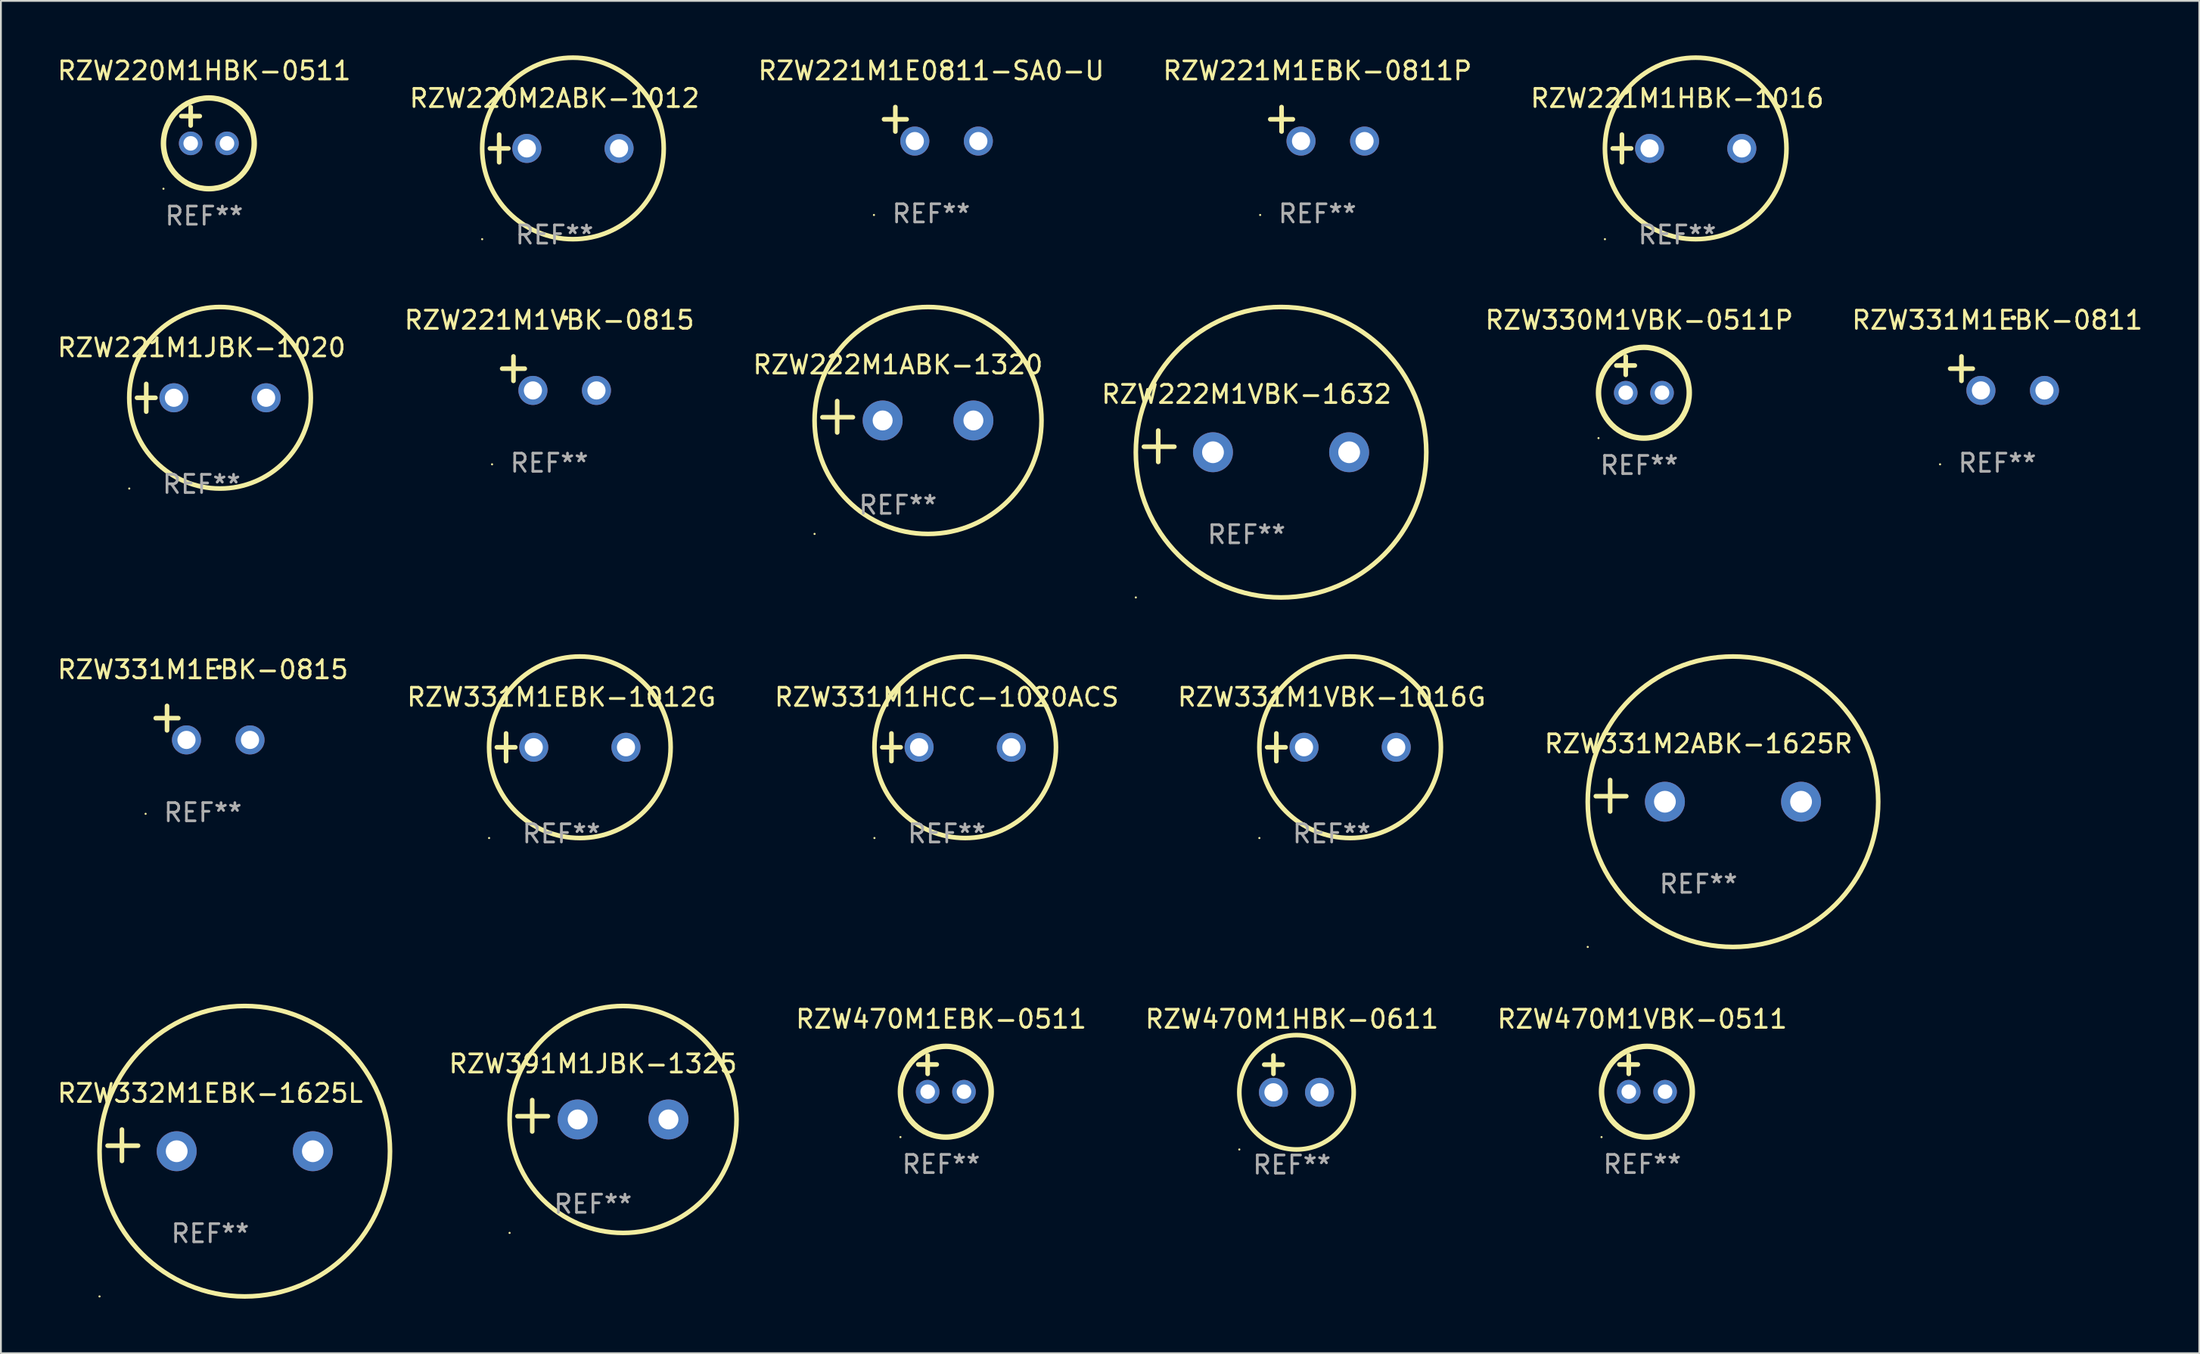
<source format=kicad_pcb>
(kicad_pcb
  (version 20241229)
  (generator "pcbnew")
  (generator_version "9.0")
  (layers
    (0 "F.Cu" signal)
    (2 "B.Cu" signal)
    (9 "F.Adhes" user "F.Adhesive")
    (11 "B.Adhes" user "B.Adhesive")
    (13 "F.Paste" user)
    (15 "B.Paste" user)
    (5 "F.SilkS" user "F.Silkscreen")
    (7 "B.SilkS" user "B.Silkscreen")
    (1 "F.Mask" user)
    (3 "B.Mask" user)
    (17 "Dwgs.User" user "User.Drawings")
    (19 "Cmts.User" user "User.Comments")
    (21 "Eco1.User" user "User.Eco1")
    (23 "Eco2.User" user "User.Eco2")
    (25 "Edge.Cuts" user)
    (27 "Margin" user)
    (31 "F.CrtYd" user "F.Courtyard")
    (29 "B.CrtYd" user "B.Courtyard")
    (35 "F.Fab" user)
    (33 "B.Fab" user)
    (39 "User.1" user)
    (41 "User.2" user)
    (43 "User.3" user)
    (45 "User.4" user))
  (footprint "RZW221M1EBK-0811P"
    (layer "F.Cu")
    (at 69.518 3.785)
    (property "Reference" "RZW221M1EBK-0811P" (at 0 -2.937 0) (layer "F.SilkS") (effects (font (size 1 1) (thickness 0.15))))
    (attr through_hole)
    (fp_line (start -1.975 0.41) (end -1.975 -0.937) (stroke (width 0.254) (type solid)) (layer "F.SilkS"))
    (fp_line (start -1.353 -0.263) (end -2.597 -0.263) (stroke (width 0.254) (type solid)) (layer "F.SilkS"))
    (fp_arc (start 0.849809 -3.063957) (mid 0.885369 -3.064114) (end 0.920929 -3.063957) (stroke (width 0.254001) (type solid)) (layer "F.SilkS"))
    (fp_circle (center -3.154 5.008) (end -3.124 5.008) (stroke (width 0.06) (type solid)) (fill no) (layer "F.SilkS"))
    (fp_text user "REF**" (at 0 4.937 0) (layer "F.Fab") (effects (font (size 1 1) (thickness 0.15))))
    (pad "1" thru_hole circle (at -0.903 0.937) (size 1.6 1.6) (drill 1) (layers "*.Cu" "*.Mask"))
    (pad "2" thru_hole circle (at 2.597 0.937) (size 1.6 1.6) (drill 1) (layers "*.Cu" "*.Mask")))
  (footprint "RZW331M1VBK-1016G"
    (layer "F.Cu")
    (at 70.304 38.118)
    (property "Reference" "RZW331M1VBK-1016G" (at 0 -2.762 0) (layer "F.SilkS") (effects (font (size 1 1) (thickness 0.15))))
    (attr through_hole)
    (fp_line (start -3.556 0) (end -2.54 0) (stroke (width 0.254) (type solid)) (layer "F.SilkS"))
    (fp_line (start -3.048 -0.762) (end -3.048 0.762) (stroke (width 0.254) (type solid)) (layer "F.SilkS"))
    (fp_circle (center -3.984 5) (end -3.954 5) (stroke (width 0.06) (type solid)) (fill no) (layer "F.SilkS"))
    (fp_circle (center 1.016 0) (end 6.016 0) (stroke (width 0.254) (type solid)) (fill no) (layer "F.SilkS"))
    (fp_text user "REF**" (at 0 4.762 0) (layer "F.Fab") (effects (font (size 1 1) (thickness 0.15))))
    (pad "1" thru_hole circle (at -1.524 0) (size 1.6 1.6) (drill 1) (layers "*.Cu" "*.Mask"))
    (pad "2" thru_hole circle (at 3.556 0) (size 1.6 1.6) (drill 1) (layers "*.Cu" "*.Mask")))
  (footprint "RZW221M1VBK-0815"
    (layer "F.Cu")
    (at 27.208 17.522)
    (property "Reference" "RZW221M1VBK-0815" (at 0 -2.937 0) (layer "F.SilkS") (effects (font (size 1 1) (thickness 0.15))))
    (attr through_hole)
    (fp_line (start -1.975 0.41) (end -1.975 -0.937) (stroke (width 0.254) (type solid)) (layer "F.SilkS"))
    (fp_line (start -1.353 -0.263) (end -2.597 -0.263) (stroke (width 0.254) (type solid)) (layer "F.SilkS"))
    (fp_arc (start 0.849809 -3.063957) (mid 0.885369 -3.064114) (end 0.920929 -3.063957) (stroke (width 0.254001) (type solid)) (layer "F.SilkS"))
    (fp_circle (center -3.154 5.008) (end -3.124 5.008) (stroke (width 0.06) (type solid)) (fill no) (layer "F.SilkS"))
    (fp_text user "REF**" (at 0 4.937 0) (layer "F.Fab") (effects (font (size 1 1) (thickness 0.15))))
    (pad "1" thru_hole circle (at -0.903 0.937) (size 1.6 1.6) (drill 1) (layers "*.Cu" "*.Mask"))
    (pad "2" thru_hole circle (at 2.597 0.937) (size 1.6 1.6) (drill 1) (layers "*.Cu" "*.Mask")))
  (footprint "RZW391M1JBK-1325"
    (layer "F.Cu")
    (at 29.612 58.419)
    (property "Reference" "RZW391M1JBK-1325" (at 0 -2.864 0) (layer "F.SilkS") (effects (font (size 1 1) (thickness 0.15))))
    (attr through_hole)
    (fp_line (start -3.346 0.864) (end -3.346 -0.864) (stroke (width 0.254) (type solid)) (layer "F.SilkS"))
    (fp_line (start -2.482 0.025) (end -4.158 0.025) (stroke (width 0.254) (type solid)) (layer "F.SilkS"))
    (fp_circle (center -4.592 6.453) (end -4.562 6.453) (stroke (width 0.06) (type solid)) (fill no) (layer "F.SilkS"))
    (fp_circle (center 1.658 0.203) (end 7.908 0.203) (stroke (width 0.254) (type solid)) (fill no) (layer "F.SilkS"))
    (fp_text user "REF**" (at 0 4.864 0) (layer "F.Fab") (effects (font (size 1 1) (thickness 0.15))))
    (pad "1" thru_hole circle (at -0.842 0.203) (size 2.2 2.2) (drill 1.1) (layers "*.Cu" "*.Mask"))
    (pad "2" thru_hole circle (at 4.158 0.203) (size 2.2 2.2) (drill 1.1) (layers "*.Cu" "*.Mask")))
  (footprint "RZW331M2ABK-1625R"
    (layer "F.Cu")
    (at 90.506 40.788)
    (property "Reference" "RZW331M2ABK-1625R" (at 0 -2.864 0) (layer "F.SilkS") (effects (font (size 1 1) (thickness 0.15))))
    (attr through_hole)
    (fp_line (start -4.864 0.864) (end -4.864 -0.864) (stroke (width 0.254) (type solid)) (layer "F.SilkS"))
    (fp_line (start -3.975 0.025) (end -5.652 0.025) (stroke (width 0.254) (type solid)) (layer "F.SilkS"))
    (fp_circle (center -6.098 8.33) (end -6.068 8.33) (stroke (width 0.06) (type solid)) (fill no) (layer "F.SilkS"))
    (fp_circle (center 1.902 0.33) (end 9.902 0.33) (stroke (width 0.254) (type solid)) (fill no) (layer "F.SilkS"))
    (fp_text user "REF**" (at 0 4.864 0) (layer "F.Fab") (effects (font (size 1 1) (thickness 0.15))))
    (pad "1" thru_hole circle (at -1.848 0.33) (size 2.2 2.2) (drill 1.2) (layers "*.Cu" "*.Mask"))
    (pad "2" thru_hole circle (at 5.652 0.33) (size 2.2 2.2) (drill 1.2) (layers "*.Cu" "*.Mask")))
  (footprint "RZW331M1HCC-1020ACS"
    (layer "F.Cu")
    (at 49.101 38.118)
    (property "Reference" "RZW331M1HCC-1020ACS" (at 0 -2.762 0) (layer "F.SilkS") (effects (font (size 1 1) (thickness 0.15))))
    (attr through_hole)
    (fp_line (start -3.556 0) (end -2.54 0) (stroke (width 0.254) (type solid)) (layer "F.SilkS"))
    (fp_line (start -3.048 -0.762) (end -3.048 0.762) (stroke (width 0.254) (type solid)) (layer "F.SilkS"))
    (fp_circle (center -3.984 5) (end -3.954 5) (stroke (width 0.06) (type solid)) (fill no) (layer "F.SilkS"))
    (fp_circle (center 1.016 0) (end 6.016 0) (stroke (width 0.254) (type solid)) (fill no) (layer "F.SilkS"))
    (fp_text user "REF**" (at 0 4.762 0) (layer "F.Fab") (effects (font (size 1 1) (thickness 0.15))))
    (pad "1" thru_hole circle (at -1.524 0) (size 1.6 1.6) (drill 1) (layers "*.Cu" "*.Mask"))
    (pad "2" thru_hole circle (at 3.556 0) (size 1.6 1.6) (drill 1) (layers "*.Cu" "*.Mask")))
  (footprint "RZW331M1EBK-1012G"
    (layer "F.Cu")
    (at 27.875 38.118)
    (property "Reference" "RZW331M1EBK-1012G" (at 0 -2.762 0) (layer "F.SilkS") (effects (font (size 1 1) (thickness 0.15))))
    (attr through_hole)
    (fp_line (start -3.556 0) (end -2.54 0) (stroke (width 0.254) (type solid)) (layer "F.SilkS"))
    (fp_line (start -3.048 -0.762) (end -3.048 0.762) (stroke (width 0.254) (type solid)) (layer "F.SilkS"))
    (fp_circle (center -3.984 5) (end -3.954 5) (stroke (width 0.06) (type solid)) (fill no) (layer "F.SilkS"))
    (fp_circle (center 1.016 0) (end 6.016 0) (stroke (width 0.254) (type solid)) (fill no) (layer "F.SilkS"))
    (fp_text user "REF**" (at 0 4.762 0) (layer "F.Fab") (effects (font (size 1 1) (thickness 0.15))))
    (pad "1" thru_hole circle (at -1.524 0) (size 1.6 1.6) (drill 1) (layers "*.Cu" "*.Mask"))
    (pad "2" thru_hole circle (at 3.556 0) (size 1.6 1.6) (drill 1) (layers "*.Cu" "*.Mask")))
  (footprint "RZW221M1JBK-1020"
    (layer "F.Cu")
    (at 8.054 18.864)
    (property "Reference" "RZW221M1JBK-1020" (at 0 -2.762 0) (layer "F.SilkS") (effects (font (size 1 1) (thickness 0.15))))
    (attr through_hole)
    (fp_line (start -3.556 0) (end -2.54 0) (stroke (width 0.254) (type solid)) (layer "F.SilkS"))
    (fp_line (start -3.048 -0.762) (end -3.048 0.762) (stroke (width 0.254) (type solid)) (layer "F.SilkS"))
    (fp_circle (center -3.984 5) (end -3.954 5) (stroke (width 0.06) (type solid)) (fill no) (layer "F.SilkS"))
    (fp_circle (center 1.016 0) (end 6.016 0) (stroke (width 0.254) (type solid)) (fill no) (layer "F.SilkS"))
    (fp_text user "REF**" (at 0 4.762 0) (layer "F.Fab") (effects (font (size 1 1) (thickness 0.15))))
    (pad "1" thru_hole circle (at -1.524 0) (size 1.6 1.6) (drill 1) (layers "*.Cu" "*.Mask"))
    (pad "2" thru_hole circle (at 3.556 0) (size 1.6 1.6) (drill 1) (layers "*.Cu" "*.Mask")))
  (footprint "RZW222M1VBK-1632"
    (layer "F.Cu")
    (at 65.613 21.534)
    (property "Reference" "RZW222M1VBK-1632" (at 0 -2.864 0) (layer "F.SilkS") (effects (font (size 1 1) (thickness 0.15))))
    (attr through_hole)
    (fp_line (start -4.864 0.864) (end -4.864 -0.864) (stroke (width 0.254) (type solid)) (layer "F.SilkS"))
    (fp_line (start -3.975 0.025) (end -5.652 0.025) (stroke (width 0.254) (type solid)) (layer "F.SilkS"))
    (fp_circle (center -6.098 8.33) (end -6.068 8.33) (stroke (width 0.06) (type solid)) (fill no) (layer "F.SilkS"))
    (fp_circle (center 1.902 0.33) (end 9.902 0.33) (stroke (width 0.254) (type solid)) (fill no) (layer "F.SilkS"))
    (fp_text user "REF**" (at 0 4.864 0) (layer "F.Fab") (effects (font (size 1 1) (thickness 0.15))))
    (pad "1" thru_hole circle (at -1.848 0.33) (size 2.2 2.2) (drill 1.2) (layers "*.Cu" "*.Mask"))
    (pad "2" thru_hole circle (at 5.652 0.33) (size 2.2 2.2) (drill 1.2) (layers "*.Cu" "*.Mask")))
  (footprint "RZW330M1VBK-0511P"
    (layer "F.Cu")
    (at 87.243 17.586)
    (property "Reference" "RZW330M1VBK-0511P" (at 0 -3 0) (layer "F.SilkS") (effects (font (size 1 1) (thickness 0.15))))
    (attr through_hole)
    (fp_line (start -1.258 -0.5) (end -0.242 -0.5) (stroke (width 0.254) (type solid)) (layer "F.SilkS"))
    (fp_line (start -0.742 -1) (end -0.742 0.016) (stroke (width 0.254) (type solid)) (layer "F.SilkS"))
    (fp_circle (center -2.242 3.5) (end -2.212 3.5) (stroke (width 0.06) (type solid)) (fill no) (layer "F.SilkS"))
    (fp_circle (center 0.258 1) (end 2.758 1) (stroke (width 0.3) (type solid)) (fill no) (layer "F.SilkS"))
    (fp_text user "REF**" (at 0 5 0) (layer "F.Fab") (effects (font (size 1 1) (thickness 0.15))))
    (pad "1" thru_hole circle (at -0.742 1) (size 1.3 1.3) (drill 0.8) (layers "*.Cu" "*.Mask"))
    (pad "2" thru_hole circle (at 1.258 1) (size 1.3 1.3) (drill 0.8) (layers "*.Cu" "*.Mask")))
  (footprint "RZW470M1HBK-0611"
    (layer "F.Cu")
    (at 68.112 56.11)
    (property "Reference" "RZW470M1HBK-0611" (at 0 -3.016 0) (layer "F.SilkS") (effects (font (size 1 1) (thickness 0.15))))
    (attr through_hole)
    (fp_line (start -1.524 -0.508) (end -0.508 -0.508) (stroke (width 0.254) (type solid)) (layer "F.SilkS"))
    (fp_line (start -1.016 -1.016) (end -1.016 0) (stroke (width 0.254) (type solid)) (layer "F.SilkS"))
    (fp_circle (center -2.896 4.166) (end -2.866 4.166) (stroke (width 0.06) (type solid)) (fill no) (layer "F.SilkS"))
    (fp_circle (center 0.254 1.016) (end 3.404 1.016) (stroke (width 0.254) (type solid)) (fill no) (layer "F.SilkS"))
    (fp_text user "REF**" (at 0 5.016 0) (layer "F.Fab") (effects (font (size 1 1) (thickness 0.15))))
    (pad "1" thru_hole circle (at -1.016 1.016) (size 1.6 1.6) (drill 1) (layers "*.Cu" "*.Mask"))
    (pad "2" thru_hole circle (at 1.524 1.016) (size 1.6 1.6) (drill 1) (layers "*.Cu" "*.Mask")))
  (footprint "RZW221M1E0811-SA0-U"
    (layer "F.Cu")
    (at 48.244 3.785)
    (property "Reference" "RZW221M1E0811-SA0-U" (at 0 -2.937 0) (layer "F.SilkS") (effects (font (size 1 1) (thickness 0.15))))
    (attr through_hole)
    (fp_line (start -1.975 0.41) (end -1.975 -0.937) (stroke (width 0.254) (type solid)) (layer "F.SilkS"))
    (fp_line (start -1.353 -0.263) (end -2.597 -0.263) (stroke (width 0.254) (type solid)) (layer "F.SilkS"))
    (fp_arc (start 0.849809 -3.063957) (mid 0.885369 -3.064114) (end 0.920929 -3.063957) (stroke (width 0.254001) (type solid)) (layer "F.SilkS"))
    (fp_circle (center -3.154 5.008) (end -3.124 5.008) (stroke (width 0.06) (type solid)) (fill no) (layer "F.SilkS"))
    (fp_text user "REF**" (at 0 4.937 0) (layer "F.Fab") (effects (font (size 1 1) (thickness 0.15))))
    (pad "1" thru_hole circle (at -0.903 0.937) (size 1.6 1.6) (drill 1) (layers "*.Cu" "*.Mask"))
    (pad "2" thru_hole circle (at 2.597 0.937) (size 1.6 1.6) (drill 1) (layers "*.Cu" "*.Mask")))
  (footprint "RZW331M1EBK-0815"
    (layer "F.Cu")
    (at 8.125 36.776)
    (property "Reference" "RZW331M1EBK-0815" (at 0 -2.937 0) (layer "F.SilkS") (effects (font (size 1 1) (thickness 0.15))))
    (attr through_hole)
    (fp_line (start -1.975 0.41) (end -1.975 -0.937) (stroke (width 0.254) (type solid)) (layer "F.SilkS"))
    (fp_line (start -1.353 -0.263) (end -2.597 -0.263) (stroke (width 0.254) (type solid)) (layer "F.SilkS"))
    (fp_arc (start 0.849809 -3.063957) (mid 0.885369 -3.064114) (end 0.920929 -3.063957) (stroke (width 0.254001) (type solid)) (layer "F.SilkS"))
    (fp_circle (center -3.154 5.008) (end -3.124 5.008) (stroke (width 0.06) (type solid)) (fill no) (layer "F.SilkS"))
    (fp_text user "REF**" (at 0 4.937 0) (layer "F.Fab") (effects (font (size 1 1) (thickness 0.15))))
    (pad "1" thru_hole circle (at -0.903 0.937) (size 1.6 1.6) (drill 1) (layers "*.Cu" "*.Mask"))
    (pad "2" thru_hole circle (at 2.597 0.937) (size 1.6 1.6) (drill 1) (layers "*.Cu" "*.Mask")))
  (footprint "RZW221M1HBK-1016"
    (layer "F.Cu")
    (at 89.339 5.127)
    (property "Reference" "RZW221M1HBK-1016" (at 0 -2.762 0) (layer "F.SilkS") (effects (font (size 1 1) (thickness 0.15))))
    (attr through_hole)
    (fp_line (start -3.556 0) (end -2.54 0) (stroke (width 0.254) (type solid)) (layer "F.SilkS"))
    (fp_line (start -3.048 -0.762) (end -3.048 0.762) (stroke (width 0.254) (type solid)) (layer "F.SilkS"))
    (fp_circle (center -3.984 5) (end -3.954 5) (stroke (width 0.06) (type solid)) (fill no) (layer "F.SilkS"))
    (fp_circle (center 1.016 0) (end 6.016 0) (stroke (width 0.254) (type solid)) (fill no) (layer "F.SilkS"))
    (fp_text user "REF**" (at 0 4.762 0) (layer "F.Fab") (effects (font (size 1 1) (thickness 0.15))))
    (pad "1" thru_hole circle (at -1.524 0) (size 1.6 1.6) (drill 1) (layers "*.Cu" "*.Mask"))
    (pad "2" thru_hole circle (at 3.556 0) (size 1.6 1.6) (drill 1) (layers "*.Cu" "*.Mask")))
  (footprint "RZW220M1HBK-0511"
    (layer "F.Cu")
    (at 8.196 3.848)
    (property "Reference" "RZW220M1HBK-0511" (at 0 -3 0) (layer "F.SilkS") (effects (font (size 1 1) (thickness 0.15))))
    (attr through_hole)
    (fp_line (start -1.258 -0.5) (end -0.242 -0.5) (stroke (width 0.254) (type solid)) (layer "F.SilkS"))
    (fp_line (start -0.742 -1) (end -0.742 0.016) (stroke (width 0.254) (type solid)) (layer "F.SilkS"))
    (fp_circle (center -2.242 3.5) (end -2.212 3.5) (stroke (width 0.06) (type solid)) (fill no) (layer "F.SilkS"))
    (fp_circle (center 0.258 1) (end 2.758 1) (stroke (width 0.3) (type solid)) (fill no) (layer "F.SilkS"))
    (fp_text user "REF**" (at 0 5 0) (layer "F.Fab") (effects (font (size 1 1) (thickness 0.15))))
    (pad "1" thru_hole circle (at -0.742 1) (size 1.3 1.3) (drill 0.8) (layers "*.Cu" "*.Mask"))
    (pad "2" thru_hole circle (at 1.258 1) (size 1.3 1.3) (drill 0.8) (layers "*.Cu" "*.Mask")))
  (footprint "RZW470M1EBK-0511"
    (layer "F.Cu")
    (at 48.791 56.094)
    (property "Reference" "RZW470M1EBK-0511" (at 0 -3 0) (layer "F.SilkS") (effects (font (size 1 1) (thickness 0.15))))
    (attr through_hole)
    (fp_line (start -1.258 -0.5) (end -0.242 -0.5) (stroke (width 0.254) (type solid)) (layer "F.SilkS"))
    (fp_line (start -0.742 -1) (end -0.742 0.016) (stroke (width 0.254) (type solid)) (layer "F.SilkS"))
    (fp_circle (center -2.242 3.5) (end -2.212 3.5) (stroke (width 0.06) (type solid)) (fill no) (layer "F.SilkS"))
    (fp_circle (center 0.258 1) (end 2.758 1) (stroke (width 0.3) (type solid)) (fill no) (layer "F.SilkS"))
    (fp_text user "REF**" (at 0 5 0) (layer "F.Fab") (effects (font (size 1 1) (thickness 0.15))))
    (pad "1" thru_hole circle (at -0.742 1) (size 1.3 1.3) (drill 0.8) (layers "*.Cu" "*.Mask"))
    (pad "2" thru_hole circle (at 1.258 1) (size 1.3 1.3) (drill 0.8) (layers "*.Cu" "*.Mask")))
  (footprint "RZW470M1VBK-0511"
    (layer "F.Cu")
    (at 87.41 56.094)
    (property "Reference" "RZW470M1VBK-0511" (at 0 -3 0) (layer "F.SilkS") (effects (font (size 1 1) (thickness 0.15))))
    (attr through_hole)
    (fp_line (start -1.258 -0.5) (end -0.242 -0.5) (stroke (width 0.254) (type solid)) (layer "F.SilkS"))
    (fp_line (start -0.742 -1) (end -0.742 0.016) (stroke (width 0.254) (type solid)) (layer "F.SilkS"))
    (fp_circle (center -2.242 3.5) (end -2.212 3.5) (stroke (width 0.06) (type solid)) (fill no) (layer "F.SilkS"))
    (fp_circle (center 0.258 1) (end 2.758 1) (stroke (width 0.3) (type solid)) (fill no) (layer "F.SilkS"))
    (fp_text user "REF**" (at 0 5 0) (layer "F.Fab") (effects (font (size 1 1) (thickness 0.15))))
    (pad "1" thru_hole circle (at -0.742 1) (size 1.3 1.3) (drill 0.8) (layers "*.Cu" "*.Mask"))
    (pad "2" thru_hole circle (at 1.258 1) (size 1.3 1.3) (drill 0.8) (layers "*.Cu" "*.Mask")))
  (footprint "RZW220M2ABK-1012"
    (layer "F.Cu")
    (at 27.494 5.127)
    (property "Reference" "RZW220M2ABK-1012" (at 0 -2.762 0) (layer "F.SilkS") (effects (font (size 1 1) (thickness 0.15))))
    (attr through_hole)
    (fp_line (start -3.556 0) (end -2.54 0) (stroke (width 0.254) (type solid)) (layer "F.SilkS"))
    (fp_line (start -3.048 -0.762) (end -3.048 0.762) (stroke (width 0.254) (type solid)) (layer "F.SilkS"))
    (fp_circle (center -3.984 5) (end -3.954 5) (stroke (width 0.06) (type solid)) (fill no) (layer "F.SilkS"))
    (fp_circle (center 1.016 0) (end 6.016 0) (stroke (width 0.254) (type solid)) (fill no) (layer "F.SilkS"))
    (fp_text user "REF**" (at 0 4.762 0) (layer "F.Fab") (effects (font (size 1 1) (thickness 0.15))))
    (pad "1" thru_hole circle (at -1.524 0) (size 1.6 1.6) (drill 1) (layers "*.Cu" "*.Mask"))
    (pad "2" thru_hole circle (at 3.556 0) (size 1.6 1.6) (drill 1) (layers "*.Cu" "*.Mask")))
  (footprint "RZW222M1ABK-1320"
    (layer "F.Cu")
    (at 46.411 19.911)
    (property "Reference" "RZW222M1ABK-1320" (at 0 -2.864 0) (layer "F.SilkS") (effects (font (size 1 1) (thickness 0.15))))
    (attr through_hole)
    (fp_line (start -3.346 0.864) (end -3.346 -0.864) (stroke (width 0.254) (type solid)) (layer "F.SilkS"))
    (fp_line (start -2.482 0.025) (end -4.158 0.025) (stroke (width 0.254) (type solid)) (layer "F.SilkS"))
    (fp_circle (center -4.592 6.453) (end -4.562 6.453) (stroke (width 0.06) (type solid)) (fill no) (layer "F.SilkS"))
    (fp_circle (center 1.658 0.203) (end 7.908 0.203) (stroke (width 0.254) (type solid)) (fill no) (layer "F.SilkS"))
    (fp_text user "REF**" (at 0 4.864 0) (layer "F.Fab") (effects (font (size 1 1) (thickness 0.15))))
    (pad "1" thru_hole circle (at -0.842 0.203) (size 2.2 2.2) (drill 1.1) (layers "*.Cu" "*.Mask"))
    (pad "2" thru_hole circle (at 4.158 0.203) (size 2.2 2.2) (drill 1.1) (layers "*.Cu" "*.Mask")))
  (footprint "RZW331M1EBK-0811"
    (layer "F.Cu")
    (at 106.969 17.522)
    (property "Reference" "RZW331M1EBK-0811" (at 0 -2.937 0) (layer "F.SilkS") (effects (font (size 1 1) (thickness 0.15))))
    (attr through_hole)
    (fp_line (start -1.975 0.41) (end -1.975 -0.937) (stroke (width 0.254) (type solid)) (layer "F.SilkS"))
    (fp_line (start -1.353 -0.263) (end -2.597 -0.263) (stroke (width 0.254) (type solid)) (layer "F.SilkS"))
    (fp_arc (start 0.849809 -3.063957) (mid 0.885369 -3.064114) (end 0.920929 -3.063957) (stroke (width 0.254001) (type solid)) (layer "F.SilkS"))
    (fp_circle (center -3.154 5.008) (end -3.124 5.008) (stroke (width 0.06) (type solid)) (fill no) (layer "F.SilkS"))
    (fp_text user "REF**" (at 0 4.937 0) (layer "F.Fab") (effects (font (size 1 1) (thickness 0.15))))
    (pad "1" thru_hole circle (at -0.903 0.937) (size 1.6 1.6) (drill 1) (layers "*.Cu" "*.Mask"))
    (pad "2" thru_hole circle (at 2.597 0.937) (size 1.6 1.6) (drill 1) (layers "*.Cu" "*.Mask")))
  (footprint "RZW332M1EBK-1625L"
    (layer "F.Cu")
    (at 8.53 60.042)
    (property "Reference" "RZW332M1EBK-1625L" (at 0 -2.864 0) (layer "F.SilkS") (effects (font (size 1 1) (thickness 0.15))))
    (attr through_hole)
    (fp_line (start -4.864 0.864) (end -4.864 -0.864) (stroke (width 0.254) (type solid)) (layer "F.SilkS"))
    (fp_line (start -3.975 0.025) (end -5.652 0.025) (stroke (width 0.254) (type solid)) (layer "F.SilkS"))
    (fp_circle (center -6.098 8.33) (end -6.068 8.33) (stroke (width 0.06) (type solid)) (fill no) (layer "F.SilkS"))
    (fp_circle (center 1.902 0.33) (end 9.902 0.33) (stroke (width 0.254) (type solid)) (fill no) (layer "F.SilkS"))
    (fp_text user "REF**" (at 0 4.864 0) (layer "F.Fab") (effects (font (size 1 1) (thickness 0.15))))
    (pad "1" thru_hole circle (at -1.848 0.33) (size 2.2 2.2) (drill 1.2) (layers "*.Cu" "*.Mask"))
    (pad "2" thru_hole circle (at 5.652 0.33) (size 2.2 2.2) (drill 1.2) (layers "*.Cu" "*.Mask")))
  (gr_rect
    (start -3 -3)
    (end 118.094 71.499)
    (stroke (width 0.1) (type default))
    (fill no)
    (layer "Edge.Cuts")))
</source>
